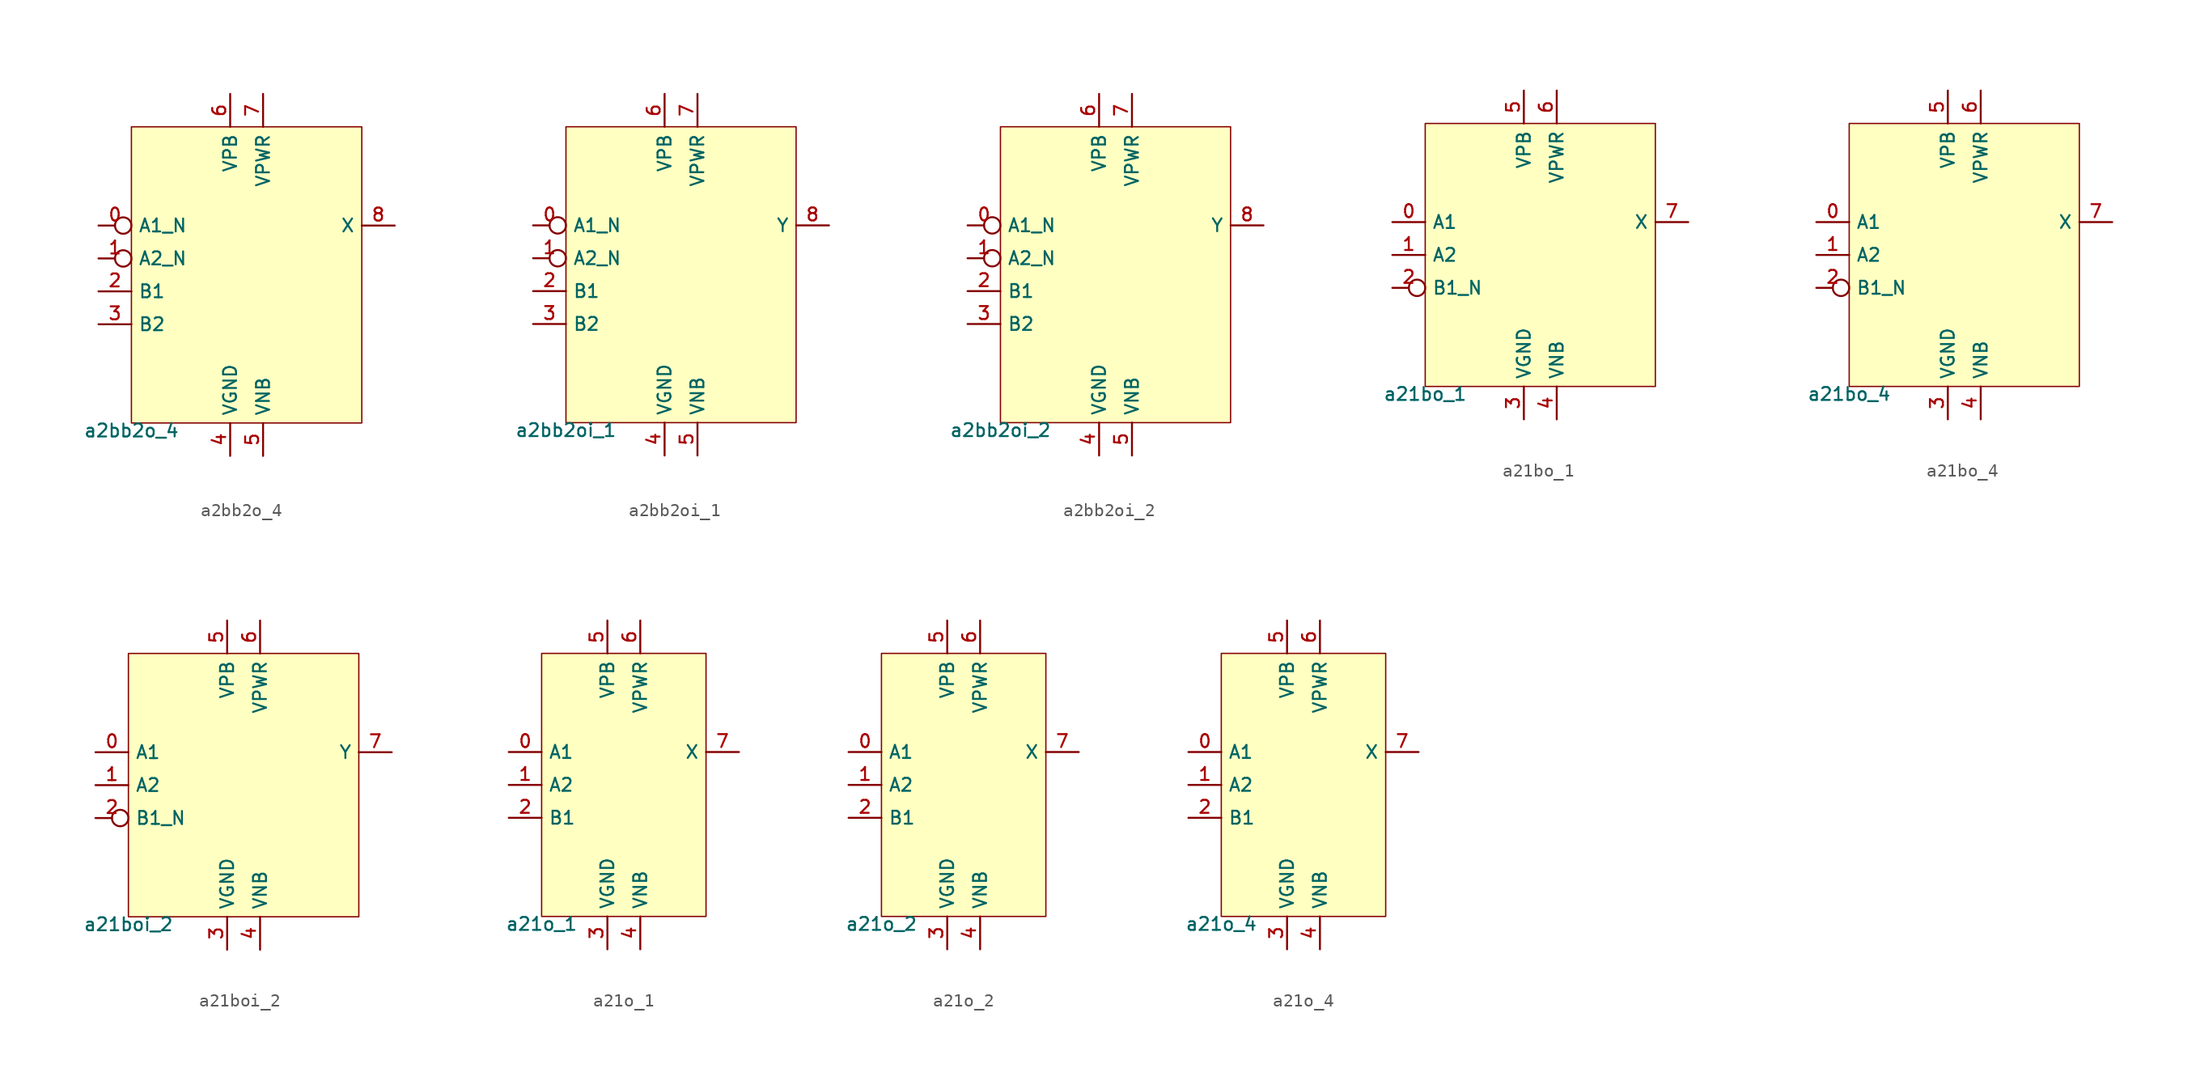
<source format=kicad_sym>
(kicad_symbol_lib
  (version 20211014)
  (generator lef2kicad_sym)
  (symbol "a2bb2o_4"
    (property "Reference" "CELL"
      (at 0 0 0)
      (effects (font (size 1 1)) hide))
    (property "Value" "a2bb2o_4"
      (at -8.89 -11.43 0)
      (effects (font (size 1 1)) (justify top)))
    (rectangle
      (start -8.89 -11.43)
      (end 8.89 11.43)
      (stroke (width 0.1) (type solid) (color 0 0 0 0))
      (fill (type background)))
    (pin input inverted
      (at -11.43 3.81 0)
      (length 2.54)
      (name "A1_N" (effects (font (size 1 1)) hide))
      (number "0" (effects (font (size 1 1)) hide)))
    (pin input inverted
      (at -11.43 1.27 0)
      (length 2.54)
      (name "A2_N" (effects (font (size 1 1)) hide))
      (number "1" (effects (font (size 1 1)) hide)))
    (pin input line
      (at -11.43 -1.27 0)
      (length 2.54)
      (name "B1" (effects (font (size 1 1)) hide))
      (number "2" (effects (font (size 1 1)) hide)))
    (pin input line
      (at -11.43 -3.81 0)
      (length 2.54)
      (name "B2" (effects (font (size 1 1)) hide))
      (number "3" (effects (font (size 1 1)) hide)))
    (pin power_in line
      (at -1.27 -13.97 90)
      (length 2.54)
      (name "VGND" (effects (font (size 1 1)) hide))
      (number "4" (effects (font (size 1 1)) hide)))
    (pin power_in line
      (at 1.27 -13.97 90)
      (length 2.54)
      (name "VNB" (effects (font (size 1 1)) hide))
      (number "5" (effects (font (size 1 1)) hide)))
    (pin power_in line
      (at -1.27 13.97 270)
      (length 2.54)
      (name "VPB" (effects (font (size 1 1)) hide))
      (number "6" (effects (font (size 1 1)) hide)))
    (pin power_in line
      (at 1.27 13.97 270)
      (length 2.54)
      (name "VPWR" (effects (font (size 1 1)) hide))
      (number "7" (effects (font (size 1 1)) hide)))
    (pin output line
      (at 11.43 3.81 180)
      (length 2.54)
      (name "X" (effects (font (size 1 1)) hide))
      (number "8" (effects (font (size 1 1)) hide))))
  (symbol "a2bb2oi_1"
    (property "Reference" "CELL"
      (at 0 0 0)
      (effects (font (size 1 1)) hide))
    (property "Value" "a2bb2oi_1"
      (at -8.89 -11.43 0)
      (effects (font (size 1 1)) (justify top)))
    (rectangle
      (start -8.89 -11.43)
      (end 8.89 11.43)
      (stroke (width 0.1) (type solid) (color 0 0 0 0))
      (fill (type background)))
    (pin input inverted
      (at -11.43 3.81 0)
      (length 2.54)
      (name "A1_N" (effects (font (size 1 1)) hide))
      (number "0" (effects (font (size 1 1)) hide)))
    (pin input inverted
      (at -11.43 1.27 0)
      (length 2.54)
      (name "A2_N" (effects (font (size 1 1)) hide))
      (number "1" (effects (font (size 1 1)) hide)))
    (pin input line
      (at -11.43 -1.27 0)
      (length 2.54)
      (name "B1" (effects (font (size 1 1)) hide))
      (number "2" (effects (font (size 1 1)) hide)))
    (pin input line
      (at -11.43 -3.81 0)
      (length 2.54)
      (name "B2" (effects (font (size 1 1)) hide))
      (number "3" (effects (font (size 1 1)) hide)))
    (pin power_in line
      (at -1.27 -13.97 90)
      (length 2.54)
      (name "VGND" (effects (font (size 1 1)) hide))
      (number "4" (effects (font (size 1 1)) hide)))
    (pin power_in line
      (at 1.27 -13.97 90)
      (length 2.54)
      (name "VNB" (effects (font (size 1 1)) hide))
      (number "5" (effects (font (size 1 1)) hide)))
    (pin power_in line
      (at -1.27 13.97 270)
      (length 2.54)
      (name "VPB" (effects (font (size 1 1)) hide))
      (number "6" (effects (font (size 1 1)) hide)))
    (pin power_in line
      (at 1.27 13.97 270)
      (length 2.54)
      (name "VPWR" (effects (font (size 1 1)) hide))
      (number "7" (effects (font (size 1 1)) hide)))
    (pin output line
      (at 11.43 3.81 180)
      (length 2.54)
      (name "Y" (effects (font (size 1 1)) hide))
      (number "8" (effects (font (size 1 1)) hide))))
  (symbol "a2bb2oi_2"
    (property "Reference" "CELL"
      (at 0 0 0)
      (effects (font (size 1 1)) hide))
    (property "Value" "a2bb2oi_2"
      (at -8.89 -11.43 0)
      (effects (font (size 1 1)) (justify top)))
    (rectangle
      (start -8.89 -11.43)
      (end 8.89 11.43)
      (stroke (width 0.1) (type solid) (color 0 0 0 0))
      (fill (type background)))
    (pin input inverted
      (at -11.43 3.81 0)
      (length 2.54)
      (name "A1_N" (effects (font (size 1 1)) hide))
      (number "0" (effects (font (size 1 1)) hide)))
    (pin input inverted
      (at -11.43 1.27 0)
      (length 2.54)
      (name "A2_N" (effects (font (size 1 1)) hide))
      (number "1" (effects (font (size 1 1)) hide)))
    (pin input line
      (at -11.43 -1.27 0)
      (length 2.54)
      (name "B1" (effects (font (size 1 1)) hide))
      (number "2" (effects (font (size 1 1)) hide)))
    (pin input line
      (at -11.43 -3.81 0)
      (length 2.54)
      (name "B2" (effects (font (size 1 1)) hide))
      (number "3" (effects (font (size 1 1)) hide)))
    (pin power_in line
      (at -1.27 -13.97 90)
      (length 2.54)
      (name "VGND" (effects (font (size 1 1)) hide))
      (number "4" (effects (font (size 1 1)) hide)))
    (pin power_in line
      (at 1.27 -13.97 90)
      (length 2.54)
      (name "VNB" (effects (font (size 1 1)) hide))
      (number "5" (effects (font (size 1 1)) hide)))
    (pin power_in line
      (at -1.27 13.97 270)
      (length 2.54)
      (name "VPB" (effects (font (size 1 1)) hide))
      (number "6" (effects (font (size 1 1)) hide)))
    (pin power_in line
      (at 1.27 13.97 270)
      (length 2.54)
      (name "VPWR" (effects (font (size 1 1)) hide))
      (number "7" (effects (font (size 1 1)) hide)))
    (pin output line
      (at 11.43 3.81 180)
      (length 2.54)
      (name "Y" (effects (font (size 1 1)) hide))
      (number "8" (effects (font (size 1 1)) hide))))
  (symbol "a21bo_1"
    (property "Reference" "CELL"
      (at 0 0 0)
      (effects (font (size 1 1)) hide))
    (property "Value" "a21bo_1"
      (at -8.89 -10.16 0)
      (effects (font (size 1 1)) (justify top)))
    (rectangle
      (start -8.89 -10.16)
      (end 8.89 10.16)
      (stroke (width 0.1) (type solid) (color 0 0 0 0))
      (fill (type background)))
    (pin input line
      (at -11.43 2.54 0)
      (length 2.54)
      (name "A1" (effects (font (size 1 1)) hide))
      (number "0" (effects (font (size 1 1)) hide)))
    (pin input line
      (at -11.43 0.0 0)
      (length 2.54)
      (name "A2" (effects (font (size 1 1)) hide))
      (number "1" (effects (font (size 1 1)) hide)))
    (pin input inverted
      (at -11.43 -2.54 0)
      (length 2.54)
      (name "B1_N" (effects (font (size 1 1)) hide))
      (number "2" (effects (font (size 1 1)) hide)))
    (pin power_in line
      (at -1.27 -12.7 90)
      (length 2.54)
      (name "VGND" (effects (font (size 1 1)) hide))
      (number "3" (effects (font (size 1 1)) hide)))
    (pin power_in line
      (at 1.27 -12.7 90)
      (length 2.54)
      (name "VNB" (effects (font (size 1 1)) hide))
      (number "4" (effects (font (size 1 1)) hide)))
    (pin power_in line
      (at -1.27 12.7 270)
      (length 2.54)
      (name "VPB" (effects (font (size 1 1)) hide))
      (number "5" (effects (font (size 1 1)) hide)))
    (pin power_in line
      (at 1.27 12.7 270)
      (length 2.54)
      (name "VPWR" (effects (font (size 1 1)) hide))
      (number "6" (effects (font (size 1 1)) hide)))
    (pin output line
      (at 11.43 2.54 180)
      (length 2.54)
      (name "X" (effects (font (size 1 1)) hide))
      (number "7" (effects (font (size 1 1)) hide))))
  (symbol "a21bo_4"
    (property "Reference" "CELL"
      (at 0 0 0)
      (effects (font (size 1 1)) hide))
    (property "Value" "a21bo_4"
      (at -8.89 -10.16 0)
      (effects (font (size 1 1)) (justify top)))
    (rectangle
      (start -8.89 -10.16)
      (end 8.89 10.16)
      (stroke (width 0.1) (type solid) (color 0 0 0 0))
      (fill (type background)))
    (pin input line
      (at -11.43 2.54 0)
      (length 2.54)
      (name "A1" (effects (font (size 1 1)) hide))
      (number "0" (effects (font (size 1 1)) hide)))
    (pin input line
      (at -11.43 0.0 0)
      (length 2.54)
      (name "A2" (effects (font (size 1 1)) hide))
      (number "1" (effects (font (size 1 1)) hide)))
    (pin input inverted
      (at -11.43 -2.54 0)
      (length 2.54)
      (name "B1_N" (effects (font (size 1 1)) hide))
      (number "2" (effects (font (size 1 1)) hide)))
    (pin power_in line
      (at -1.27 -12.7 90)
      (length 2.54)
      (name "VGND" (effects (font (size 1 1)) hide))
      (number "3" (effects (font (size 1 1)) hide)))
    (pin power_in line
      (at 1.27 -12.7 90)
      (length 2.54)
      (name "VNB" (effects (font (size 1 1)) hide))
      (number "4" (effects (font (size 1 1)) hide)))
    (pin power_in line
      (at -1.27 12.7 270)
      (length 2.54)
      (name "VPB" (effects (font (size 1 1)) hide))
      (number "5" (effects (font (size 1 1)) hide)))
    (pin power_in line
      (at 1.27 12.7 270)
      (length 2.54)
      (name "VPWR" (effects (font (size 1 1)) hide))
      (number "6" (effects (font (size 1 1)) hide)))
    (pin output line
      (at 11.43 2.54 180)
      (length 2.54)
      (name "X" (effects (font (size 1 1)) hide))
      (number "7" (effects (font (size 1 1)) hide))))
  (symbol "a21boi_2"
    (property "Reference" "CELL"
      (at 0 0 0)
      (effects (font (size 1 1)) hide))
    (property "Value" "a21boi_2"
      (at -8.89 -10.16 0)
      (effects (font (size 1 1)) (justify top)))
    (rectangle
      (start -8.89 -10.16)
      (end 8.89 10.16)
      (stroke (width 0.1) (type solid) (color 0 0 0 0))
      (fill (type background)))
    (pin input line
      (at -11.43 2.54 0)
      (length 2.54)
      (name "A1" (effects (font (size 1 1)) hide))
      (number "0" (effects (font (size 1 1)) hide)))
    (pin input line
      (at -11.43 0.0 0)
      (length 2.54)
      (name "A2" (effects (font (size 1 1)) hide))
      (number "1" (effects (font (size 1 1)) hide)))
    (pin input inverted
      (at -11.43 -2.54 0)
      (length 2.54)
      (name "B1_N" (effects (font (size 1 1)) hide))
      (number "2" (effects (font (size 1 1)) hide)))
    (pin power_in line
      (at -1.27 -12.7 90)
      (length 2.54)
      (name "VGND" (effects (font (size 1 1)) hide))
      (number "3" (effects (font (size 1 1)) hide)))
    (pin power_in line
      (at 1.27 -12.7 90)
      (length 2.54)
      (name "VNB" (effects (font (size 1 1)) hide))
      (number "4" (effects (font (size 1 1)) hide)))
    (pin power_in line
      (at -1.27 12.7 270)
      (length 2.54)
      (name "VPB" (effects (font (size 1 1)) hide))
      (number "5" (effects (font (size 1 1)) hide)))
    (pin power_in line
      (at 1.27 12.7 270)
      (length 2.54)
      (name "VPWR" (effects (font (size 1 1)) hide))
      (number "6" (effects (font (size 1 1)) hide)))
    (pin output line
      (at 11.43 2.54 180)
      (length 2.54)
      (name "Y" (effects (font (size 1 1)) hide))
      (number "7" (effects (font (size 1 1)) hide))))
  (symbol "a21o_1"
    (property "Reference" "CELL"
      (at 0 0 0)
      (effects (font (size 1 1)) hide))
    (property "Value" "a21o_1"
      (at -6.35 -10.16 0)
      (effects (font (size 1 1)) (justify top)))
    (rectangle
      (start -6.35 -10.16)
      (end 6.35 10.16)
      (stroke (width 0.1) (type solid) (color 0 0 0 0))
      (fill (type background)))
    (pin input line
      (at -8.89 2.54 0)
      (length 2.54)
      (name "A1" (effects (font (size 1 1)) hide))
      (number "0" (effects (font (size 1 1)) hide)))
    (pin input line
      (at -8.89 0.0 0)
      (length 2.54)
      (name "A2" (effects (font (size 1 1)) hide))
      (number "1" (effects (font (size 1 1)) hide)))
    (pin input line
      (at -8.89 -2.54 0)
      (length 2.54)
      (name "B1" (effects (font (size 1 1)) hide))
      (number "2" (effects (font (size 1 1)) hide)))
    (pin power_in line
      (at -1.27 -12.7 90)
      (length 2.54)
      (name "VGND" (effects (font (size 1 1)) hide))
      (number "3" (effects (font (size 1 1)) hide)))
    (pin power_in line
      (at 1.27 -12.7 90)
      (length 2.54)
      (name "VNB" (effects (font (size 1 1)) hide))
      (number "4" (effects (font (size 1 1)) hide)))
    (pin power_in line
      (at -1.27 12.7 270)
      (length 2.54)
      (name "VPB" (effects (font (size 1 1)) hide))
      (number "5" (effects (font (size 1 1)) hide)))
    (pin power_in line
      (at 1.27 12.7 270)
      (length 2.54)
      (name "VPWR" (effects (font (size 1 1)) hide))
      (number "6" (effects (font (size 1 1)) hide)))
    (pin output line
      (at 8.89 2.54 180)
      (length 2.54)
      (name "X" (effects (font (size 1 1)) hide))
      (number "7" (effects (font (size 1 1)) hide))))
  (symbol "a21o_2"
    (property "Reference" "CELL"
      (at 0 0 0)
      (effects (font (size 1 1)) hide))
    (property "Value" "a21o_2"
      (at -6.35 -10.16 0)
      (effects (font (size 1 1)) (justify top)))
    (rectangle
      (start -6.35 -10.16)
      (end 6.35 10.16)
      (stroke (width 0.1) (type solid) (color 0 0 0 0))
      (fill (type background)))
    (pin input line
      (at -8.89 2.54 0)
      (length 2.54)
      (name "A1" (effects (font (size 1 1)) hide))
      (number "0" (effects (font (size 1 1)) hide)))
    (pin input line
      (at -8.89 0.0 0)
      (length 2.54)
      (name "A2" (effects (font (size 1 1)) hide))
      (number "1" (effects (font (size 1 1)) hide)))
    (pin input line
      (at -8.89 -2.54 0)
      (length 2.54)
      (name "B1" (effects (font (size 1 1)) hide))
      (number "2" (effects (font (size 1 1)) hide)))
    (pin power_in line
      (at -1.27 -12.7 90)
      (length 2.54)
      (name "VGND" (effects (font (size 1 1)) hide))
      (number "3" (effects (font (size 1 1)) hide)))
    (pin power_in line
      (at 1.27 -12.7 90)
      (length 2.54)
      (name "VNB" (effects (font (size 1 1)) hide))
      (number "4" (effects (font (size 1 1)) hide)))
    (pin power_in line
      (at -1.27 12.7 270)
      (length 2.54)
      (name "VPB" (effects (font (size 1 1)) hide))
      (number "5" (effects (font (size 1 1)) hide)))
    (pin power_in line
      (at 1.27 12.7 270)
      (length 2.54)
      (name "VPWR" (effects (font (size 1 1)) hide))
      (number "6" (effects (font (size 1 1)) hide)))
    (pin output line
      (at 8.89 2.54 180)
      (length 2.54)
      (name "X" (effects (font (size 1 1)) hide))
      (number "7" (effects (font (size 1 1)) hide))))
  (symbol "a21o_4"
    (property "Reference" "CELL"
      (at 0 0 0)
      (effects (font (size 1 1)) hide))
    (property "Value" "a21o_4"
      (at -6.35 -10.16 0)
      (effects (font (size 1 1)) (justify top)))
    (rectangle
      (start -6.35 -10.16)
      (end 6.35 10.16)
      (stroke (width 0.1) (type solid) (color 0 0 0 0))
      (fill (type background)))
    (pin input line
      (at -8.89 2.54 0)
      (length 2.54)
      (name "A1" (effects (font (size 1 1)) hide))
      (number "0" (effects (font (size 1 1)) hide)))
    (pin input line
      (at -8.89 0.0 0)
      (length 2.54)
      (name "A2" (effects (font (size 1 1)) hide))
      (number "1" (effects (font (size 1 1)) hide)))
    (pin input line
      (at -8.89 -2.54 0)
      (length 2.54)
      (name "B1" (effects (font (size 1 1)) hide))
      (number "2" (effects (font (size 1 1)) hide)))
    (pin power_in line
      (at -1.27 -12.7 90)
      (length 2.54)
      (name "VGND" (effects (font (size 1 1)) hide))
      (number "3" (effects (font (size 1 1)) hide)))
    (pin power_in line
      (at 1.27 -12.7 90)
      (length 2.54)
      (name "VNB" (effects (font (size 1 1)) hide))
      (number "4" (effects (font (size 1 1)) hide)))
    (pin power_in line
      (at -1.27 12.7 270)
      (length 2.54)
      (name "VPB" (effects (font (size 1 1)) hide))
      (number "5" (effects (font (size 1 1)) hide)))
    (pin power_in line
      (at 1.27 12.7 270)
      (length 2.54)
      (name "VPWR" (effects (font (size 1 1)) hide))
      (number "6" (effects (font (size 1 1)) hide)))
    (pin output line
      (at 8.89 2.54 180)
      (length 2.54)
      (name "X" (effects (font (size 1 1)) hide))
      (number "7" (effects (font (size 1 1)) hide)))))
</source>
